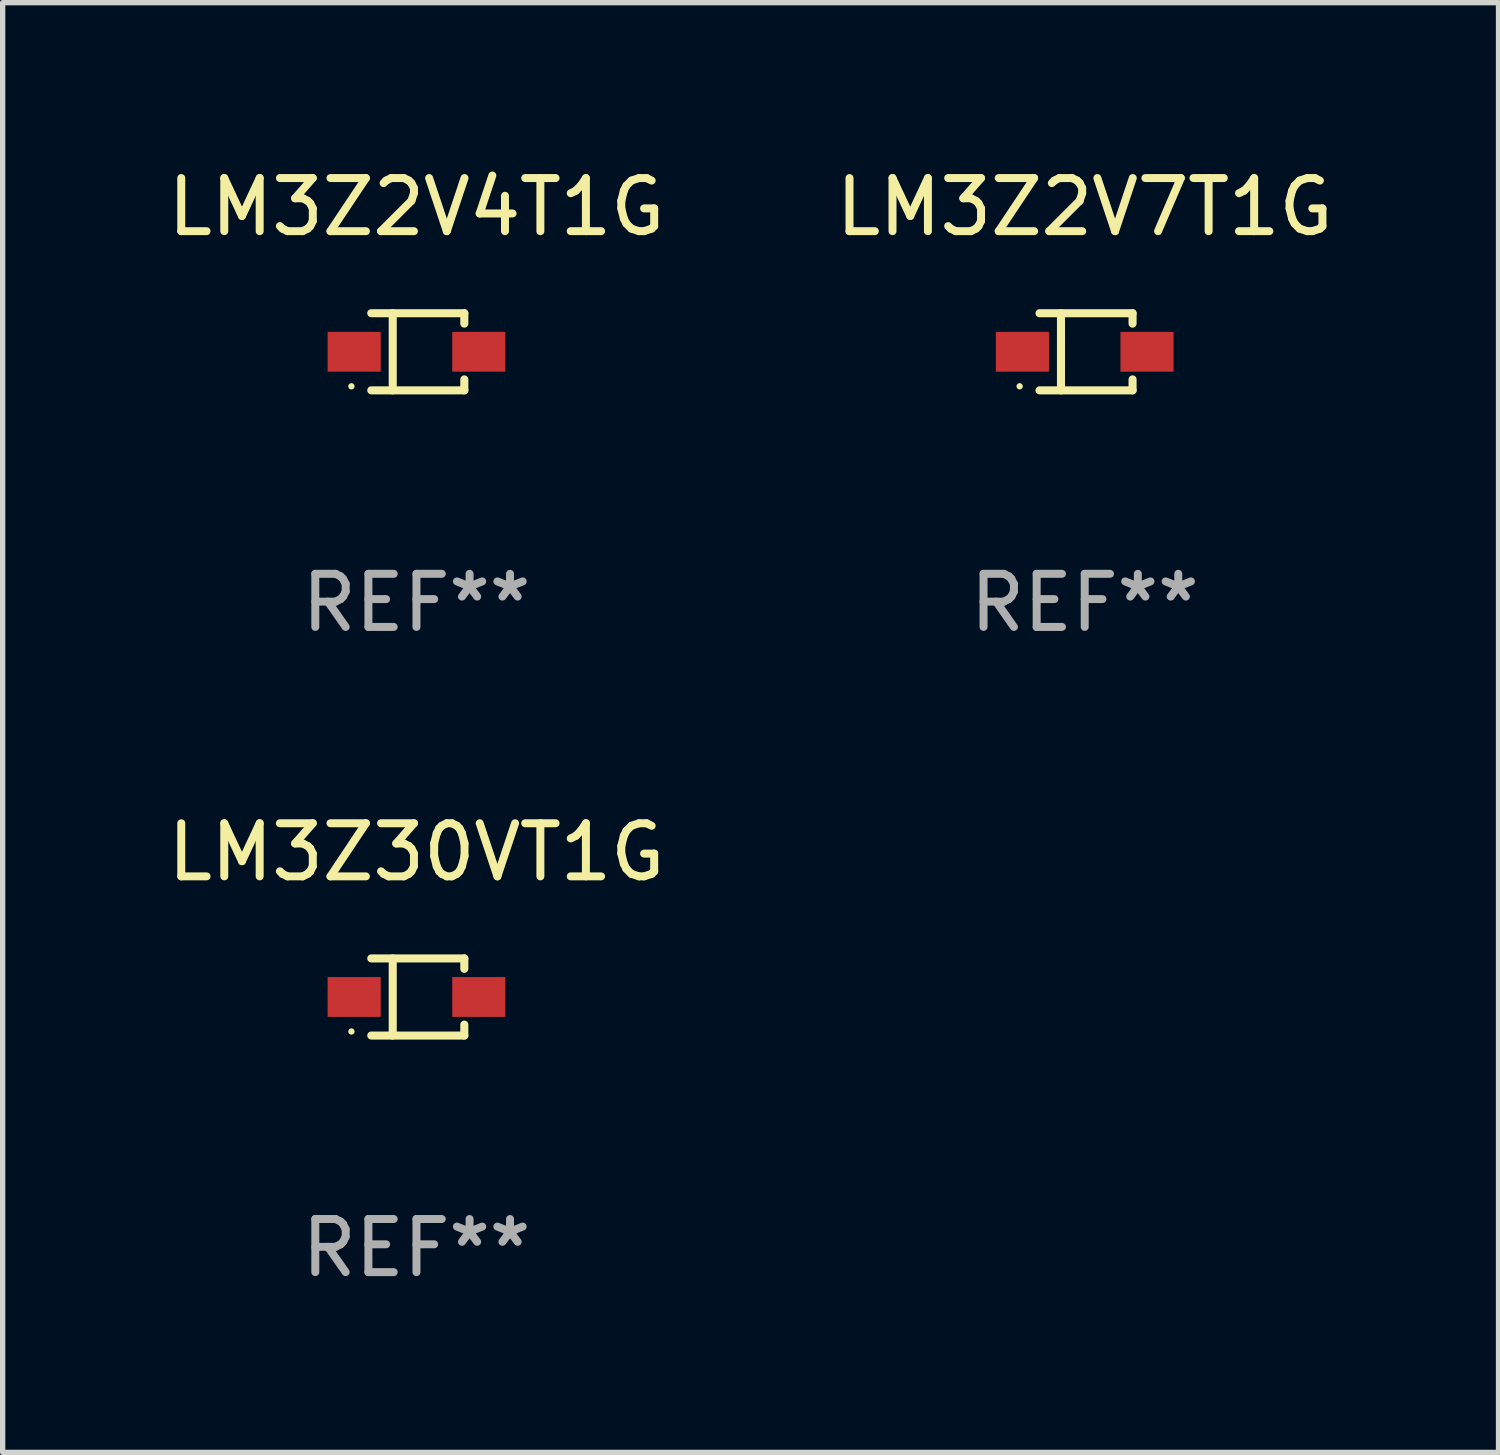
<source format=kicad_pcb>
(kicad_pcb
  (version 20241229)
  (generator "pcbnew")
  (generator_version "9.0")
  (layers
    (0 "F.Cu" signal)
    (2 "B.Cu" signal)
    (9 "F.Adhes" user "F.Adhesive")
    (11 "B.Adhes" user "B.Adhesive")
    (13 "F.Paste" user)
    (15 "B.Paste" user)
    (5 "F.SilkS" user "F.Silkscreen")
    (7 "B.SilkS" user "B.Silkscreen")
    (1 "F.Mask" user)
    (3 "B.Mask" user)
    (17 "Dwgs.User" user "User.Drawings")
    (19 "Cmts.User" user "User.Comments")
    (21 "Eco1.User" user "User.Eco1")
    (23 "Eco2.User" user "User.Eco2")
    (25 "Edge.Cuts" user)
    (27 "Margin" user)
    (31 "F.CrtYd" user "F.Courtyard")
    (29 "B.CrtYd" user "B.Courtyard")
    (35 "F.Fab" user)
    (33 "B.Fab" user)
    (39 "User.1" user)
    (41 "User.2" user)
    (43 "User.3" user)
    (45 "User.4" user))
  (footprint "LM3Z30VT1G"
    (layer "F.Cu")
    (at 4.792 15.723)
    (property "Reference" "LM3Z30VT1G" (at 0 -2.726 0) (layer "F.SilkS") (effects (font (size 1 1) (thickness 0.15))))
    (attr through_hole)
    (fp_line (start -0.851 -0.726) (end 0.901 -0.726) (stroke (width 0.152) (type solid)) (layer "F.SilkS"))
    (fp_line (start -0.851 0.726) (end 0.901 0.726) (stroke (width 0.152) (type solid)) (layer "F.SilkS"))
    (fp_line (start -0.447 -0.726) (end -0.447 0.726) (stroke (width 0.152) (type solid)) (layer "F.SilkS"))
    (fp_line (start 0.901 -0.726) (end 0.901 -0.53) (stroke (width 0.152) (type solid)) (layer "F.SilkS"))
    (fp_line (start 0.901 0.726) (end 0.901 0.52) (stroke (width 0.152) (type solid)) (layer "F.SilkS"))
    (fp_circle (center -1.225 0.65) (end -1.195 0.65) (stroke (width 0.06) (type solid)) (fill no) (layer "F.SilkS"))
    (fp_text user "REF**" (at 0 4.726 0) (layer "F.Fab") (effects (font (size 1 1) (thickness 0.15))))
    (pad "1" smd rect (at -1.173 0) (size 1 0.75) (layers "F.Cu" "F.Mask" "F.Paste"))
    (pad "2" smd rect (at 1.173 0) (size 1 0.75) (layers "F.Cu" "F.Mask" "F.Paste")))
  (footprint "LM3Z2V4T1G"
    (layer "F.Cu")
    (at 4.792 3.574)
    (property "Reference" "LM3Z2V4T1G" (at 0 -2.726 0) (layer "F.SilkS") (effects (font (size 1 1) (thickness 0.15))))
    (attr through_hole)
    (fp_line (start -0.851 -0.726) (end 0.901 -0.726) (stroke (width 0.152) (type solid)) (layer "F.SilkS"))
    (fp_line (start -0.851 0.726) (end 0.901 0.726) (stroke (width 0.152) (type solid)) (layer "F.SilkS"))
    (fp_line (start -0.447 -0.726) (end -0.447 0.726) (stroke (width 0.152) (type solid)) (layer "F.SilkS"))
    (fp_line (start 0.901 -0.726) (end 0.901 -0.53) (stroke (width 0.152) (type solid)) (layer "F.SilkS"))
    (fp_line (start 0.901 0.726) (end 0.901 0.52) (stroke (width 0.152) (type solid)) (layer "F.SilkS"))
    (fp_circle (center -1.225 0.65) (end -1.195 0.65) (stroke (width 0.06) (type solid)) (fill no) (layer "F.SilkS"))
    (fp_text user "REF**" (at 0 4.726 0) (layer "F.Fab") (effects (font (size 1 1) (thickness 0.15))))
    (pad "1" smd rect (at -1.173 0) (size 1 0.75) (layers "F.Cu" "F.Mask" "F.Paste"))
    (pad "2" smd rect (at 1.173 0) (size 1 0.75) (layers "F.Cu" "F.Mask" "F.Paste")))
  (footprint "LM3Z2V7T1G"
    (layer "F.Cu")
    (at 17.375 3.574)
    (property "Reference" "LM3Z2V7T1G" (at 0 -2.726 0) (layer "F.SilkS") (effects (font (size 1 1) (thickness 0.15))))
    (attr through_hole)
    (fp_line (start -0.851 -0.726) (end 0.901 -0.726) (stroke (width 0.152) (type solid)) (layer "F.SilkS"))
    (fp_line (start -0.851 0.726) (end 0.901 0.726) (stroke (width 0.152) (type solid)) (layer "F.SilkS"))
    (fp_line (start -0.447 -0.726) (end -0.447 0.726) (stroke (width 0.152) (type solid)) (layer "F.SilkS"))
    (fp_line (start 0.901 -0.726) (end 0.901 -0.53) (stroke (width 0.152) (type solid)) (layer "F.SilkS"))
    (fp_line (start 0.901 0.726) (end 0.901 0.52) (stroke (width 0.152) (type solid)) (layer "F.SilkS"))
    (fp_circle (center -1.225 0.65) (end -1.195 0.65) (stroke (width 0.06) (type solid)) (fill no) (layer "F.SilkS"))
    (fp_text user "REF**" (at 0 4.726 0) (layer "F.Fab") (effects (font (size 1 1) (thickness 0.15))))
    (pad "1" smd rect (at -1.173 0) (size 1 0.75) (layers "F.Cu" "F.Mask" "F.Paste"))
    (pad "2" smd rect (at 1.173 0) (size 1 0.75) (layers "F.Cu" "F.Mask" "F.Paste")))
  (gr_rect
    (start -3 -3)
    (end 25.167 24.298)
    (stroke (width 0.1) (type default))
    (fill no)
    (layer "Edge.Cuts")))
</source>
